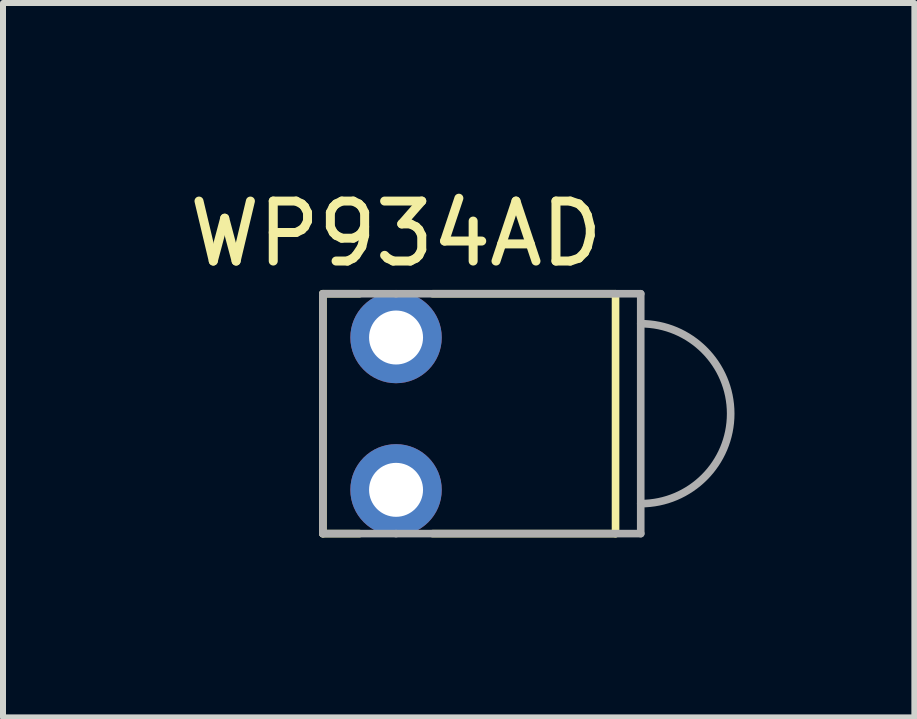
<source format=kicad_pcb>
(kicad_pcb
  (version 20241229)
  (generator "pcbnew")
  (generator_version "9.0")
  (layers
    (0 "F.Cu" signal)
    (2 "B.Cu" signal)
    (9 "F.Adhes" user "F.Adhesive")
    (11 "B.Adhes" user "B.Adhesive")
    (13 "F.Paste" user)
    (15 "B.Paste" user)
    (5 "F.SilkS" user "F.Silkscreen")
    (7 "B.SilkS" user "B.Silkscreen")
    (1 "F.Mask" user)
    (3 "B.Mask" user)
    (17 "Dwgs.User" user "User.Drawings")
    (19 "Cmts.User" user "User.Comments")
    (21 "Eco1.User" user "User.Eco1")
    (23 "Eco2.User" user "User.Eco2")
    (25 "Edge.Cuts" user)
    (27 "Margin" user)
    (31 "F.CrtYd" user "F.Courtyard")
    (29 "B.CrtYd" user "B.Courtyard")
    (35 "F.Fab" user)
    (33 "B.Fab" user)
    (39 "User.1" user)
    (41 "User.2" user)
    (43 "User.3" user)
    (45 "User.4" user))
  (footprint "WP934AD"
    (layer "F.Cu")
    (at 7.634 3.848)
    (property "Reference" "WP934AD" (at -4.08 -3 0) (layer "F.SilkS") (effects (font (size 1 1) (thickness 0.15))))
    (attr through_hole)
    (fp_line (start -5.3 -2) (end -5.3 2) (stroke (width 0.127) (type solid)) (layer "F.SilkS"))
    (fp_line (start -5.3 -2) (end -4.69 -2) (stroke (width 0.127) (type solid)) (layer "F.SilkS"))
    (fp_line (start -5.3 2) (end -4.69 2) (stroke (width 0.127) (type solid)) (layer "F.SilkS"))
    (fp_line (start -3.47 -2) (end -0.42 -2) (stroke (width 0.127) (type solid)) (layer "F.SilkS"))
    (fp_line (start -0.42 -2) (end -0.42 2) (stroke (width 0.127) (type solid)) (layer "F.SilkS"))
    (fp_line (start -0.42 2) (end -3.47 2) (stroke (width 0.127) (type solid)) (layer "F.SilkS"))
    (fp_line (start -5.3 -2) (end -5.3 2) (stroke (width 0.127) (type solid)) (layer "F.Fab"))
    (fp_line (start -5.3 2) (end -4.08 2) (stroke (width 0.127) (type solid)) (layer "F.Fab"))
    (fp_line (start -4.08 -2) (end -5.3 -2) (stroke (width 0.127) (type solid)) (layer "F.Fab"))
    (fp_line (start -4.08 -2) (end 0 -2) (stroke (width 0.127) (type solid)) (layer "F.Fab"))
    (fp_line (start 0 -2) (end 0 2) (stroke (width 0.127) (type solid)) (layer "F.Fab"))
    (fp_line (start 0 2) (end -4.08 2) (stroke (width 0.127) (type solid)) (layer "F.Fab"))
    (fp_arc (start 0 -1.5) (mid 1.5 0) (end 0 1.5) (stroke (width 0.127) (type solid)) (layer "F.Fab"))
    (pad "1" thru_hole circle (at -4.08 -1.27) (size 1.524 1.524) (drill 0.9) (layers "*.Cu" "*.Mask"))
    (pad "2" thru_hole circle (at -4.08 1.27) (size 1.524 1.524) (drill 0.9) (layers "*.Cu" "*.Mask")))
  (gr_rect
    (start -3 -3)
    (end 12.197 8.912)
    (stroke (width 0.1) (type default))
    (fill no)
    (layer "Edge.Cuts")))
</source>
